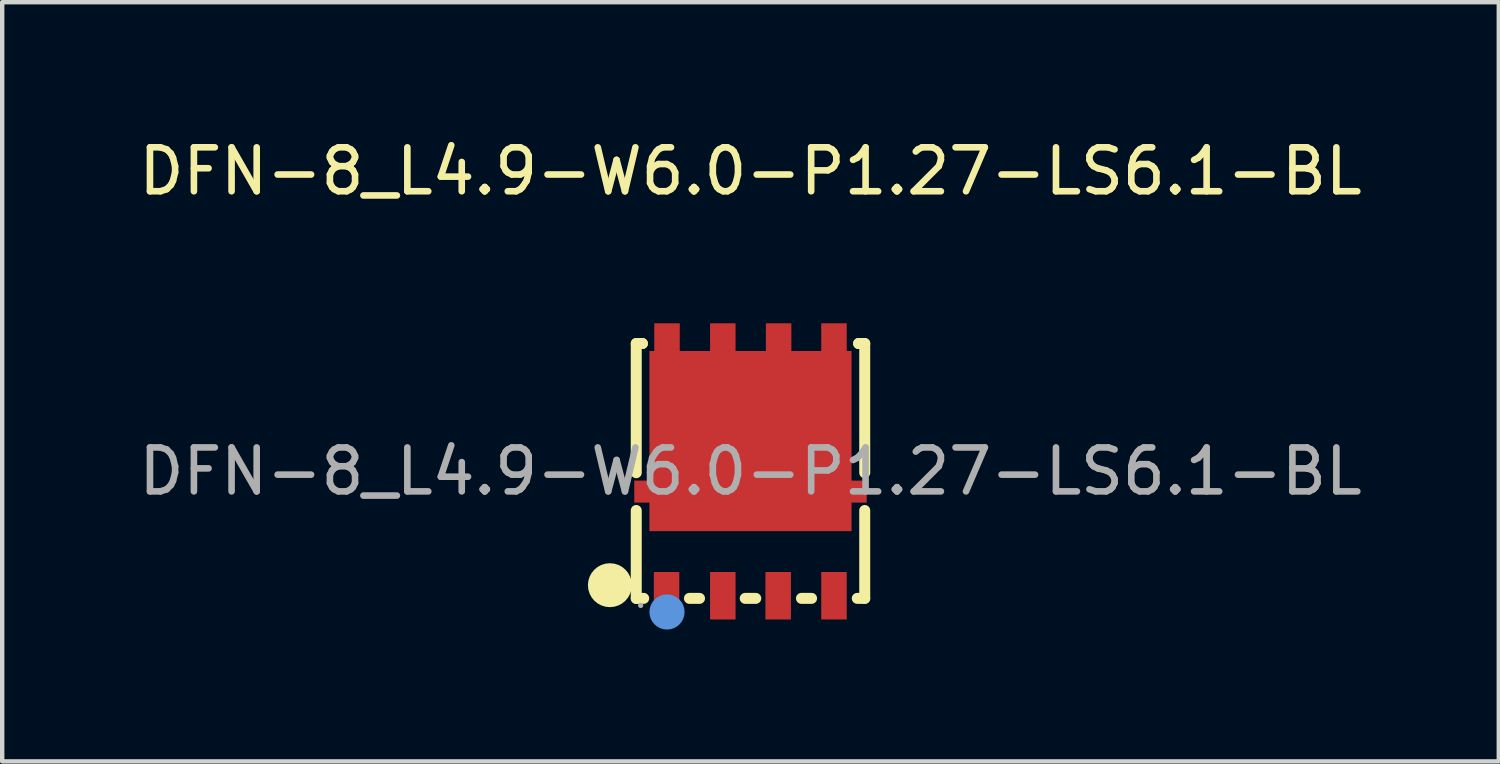
<source format=kicad_pcb>
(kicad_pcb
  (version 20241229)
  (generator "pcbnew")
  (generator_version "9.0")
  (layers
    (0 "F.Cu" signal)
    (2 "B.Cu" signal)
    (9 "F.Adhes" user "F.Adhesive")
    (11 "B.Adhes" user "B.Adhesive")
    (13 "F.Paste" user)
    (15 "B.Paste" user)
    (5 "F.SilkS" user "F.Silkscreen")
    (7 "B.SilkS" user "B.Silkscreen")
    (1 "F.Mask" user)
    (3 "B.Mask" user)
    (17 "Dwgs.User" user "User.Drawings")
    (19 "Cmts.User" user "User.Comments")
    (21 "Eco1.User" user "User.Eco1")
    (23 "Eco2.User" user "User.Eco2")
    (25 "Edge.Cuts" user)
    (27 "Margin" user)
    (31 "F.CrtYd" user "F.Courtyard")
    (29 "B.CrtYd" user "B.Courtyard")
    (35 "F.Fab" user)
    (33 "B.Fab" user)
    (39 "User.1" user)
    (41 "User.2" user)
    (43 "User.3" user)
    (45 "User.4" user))
  (footprint "DFN-8_L4.9-W6.0-P1.27-LS6.1-BL"
    (layer "F.Cu")
    (at 14.03 7.678)
    (property "Reference" "DFN-8_L4.9-W6.0-P1.27-LS6.1-BL" (at 0 -6.83 0) (layer "F.SilkS") (effects (font (size 1 1) (thickness 0.15))))
    (attr smd)
    (fp_line (start -2.6 -2.91) (end -2.46 -2.91) (stroke (width 0.25) (type solid)) (layer "F.SilkS"))
    (fp_line (start -2.6 0.03) (end -2.6 -2.91) (stroke (width 0.25) (type solid)) (layer "F.SilkS"))
    (fp_line (start -2.6 2.89) (end -2.6 0.89) (stroke (width 0.25) (type solid)) (layer "F.SilkS"))
    (fp_line (start -2.6 2.89) (end -2.43 2.89) (stroke (width 0.25) (type solid)) (layer "F.SilkS"))
    (fp_line (start -2.5 -2.91) (end -2.46 -2.91) (stroke (width 0.25) (type solid)) (layer "F.SilkS"))
    (fp_line (start -1.39 2.89) (end -1.16 2.89) (stroke (width 0.25) (type solid)) (layer "F.SilkS"))
    (fp_line (start -0.12 2.89) (end 0.12 2.89) (stroke (width 0.25) (type solid)) (layer "F.SilkS"))
    (fp_line (start 1.16 2.89) (end 1.39 2.89) (stroke (width 0.25) (type solid)) (layer "F.SilkS"))
    (fp_line (start 2.43 2.89) (end 2.6 2.89) (stroke (width 0.25) (type solid)) (layer "F.SilkS"))
    (fp_line (start 2.46 -2.91) (end 2.5 -2.91) (stroke (width 0.25) (type solid)) (layer "F.SilkS"))
    (fp_line (start 2.46 -2.91) (end 2.6 -2.91) (stroke (width 0.25) (type solid)) (layer "F.SilkS"))
    (fp_line (start 2.6 -2.91) (end 2.6 0.03) (stroke (width 0.25) (type solid)) (layer "F.SilkS"))
    (fp_line (start 2.6 0.89) (end 2.6 2.89) (stroke (width 0.25) (type solid)) (layer "F.SilkS"))
    (fp_arc (start -3.2 2.59) (mid -3.2 2.59) (end -3.2 2.59) (stroke (width 0.5) (type solid)) (layer "F.SilkS"))
    (fp_circle (center -1.9 3.2) (end -1.7 3.2) (stroke (width 0.4) (type solid)) (fill no) (layer "Cmts.User"))
    (fp_circle (center -2.5 3.05) (end -2.47 3.05) (stroke (width 0.06) (type solid)) (fill no) (layer "F.Fab"))
    (fp_text user "${REFERENCE}" (at 0 0 0) (layer "F.Fab") (effects (font (size 1 1) (thickness 0.15))))
    (pad "1" smd rect (at -1.91 2.83 180) (size 0.58 1.08) (layers "F.Cu" "F.Mask" "F.Paste"))
    (pad "1" smd rect (at -0.63 2.83 180) (size 0.58 1.08) (layers "F.Cu" "F.Mask" "F.Paste"))
    (pad "1" smd rect (at 0.63 2.83 180) (size 0.58 1.08) (layers "F.Cu" "F.Mask" "F.Paste"))
    (pad "2" smd rect (at 1.9 2.83 180) (size 0.58 1.08) (layers "F.Cu" "F.Mask" "F.Paste"))
    (pad "3" smd rect (at -2.17 0.46 90) (size 0.5 0.95) (layers "F.Cu" "F.Mask" "F.Paste"))
    (pad "3" smd rect (at -1.9 -2.83) (size 0.58 1.08) (layers "F.Cu" "F.Mask" "F.Paste"))
    (pad "3" smd rect (at -0.63 -2.83) (size 0.58 1.08) (layers "F.Cu" "F.Mask" "F.Paste"))
    (pad "3" smd rect (at 0 -0.69) (size 4.6 4.1) (layers "F.Cu" "F.Mask" "F.Paste"))
    (pad "3" smd rect (at 0.64 -2.83) (size 0.58 1.08) (layers "F.Cu" "F.Mask" "F.Paste"))
    (pad "3" smd rect (at 1.9 -2.83) (size 0.58 1.08) (layers "F.Cu" "F.Mask" "F.Paste"))
    (pad "3" smd rect (at 2.17 0.46 270) (size 0.5 0.95) (layers "F.Cu" "F.Mask" "F.Paste")))
  (gr_rect
    (start -3 -3)
    (end 31.06 14.278)
    (stroke (width 0.1) (type default))
    (fill no)
    (layer "Edge.Cuts")))
</source>
